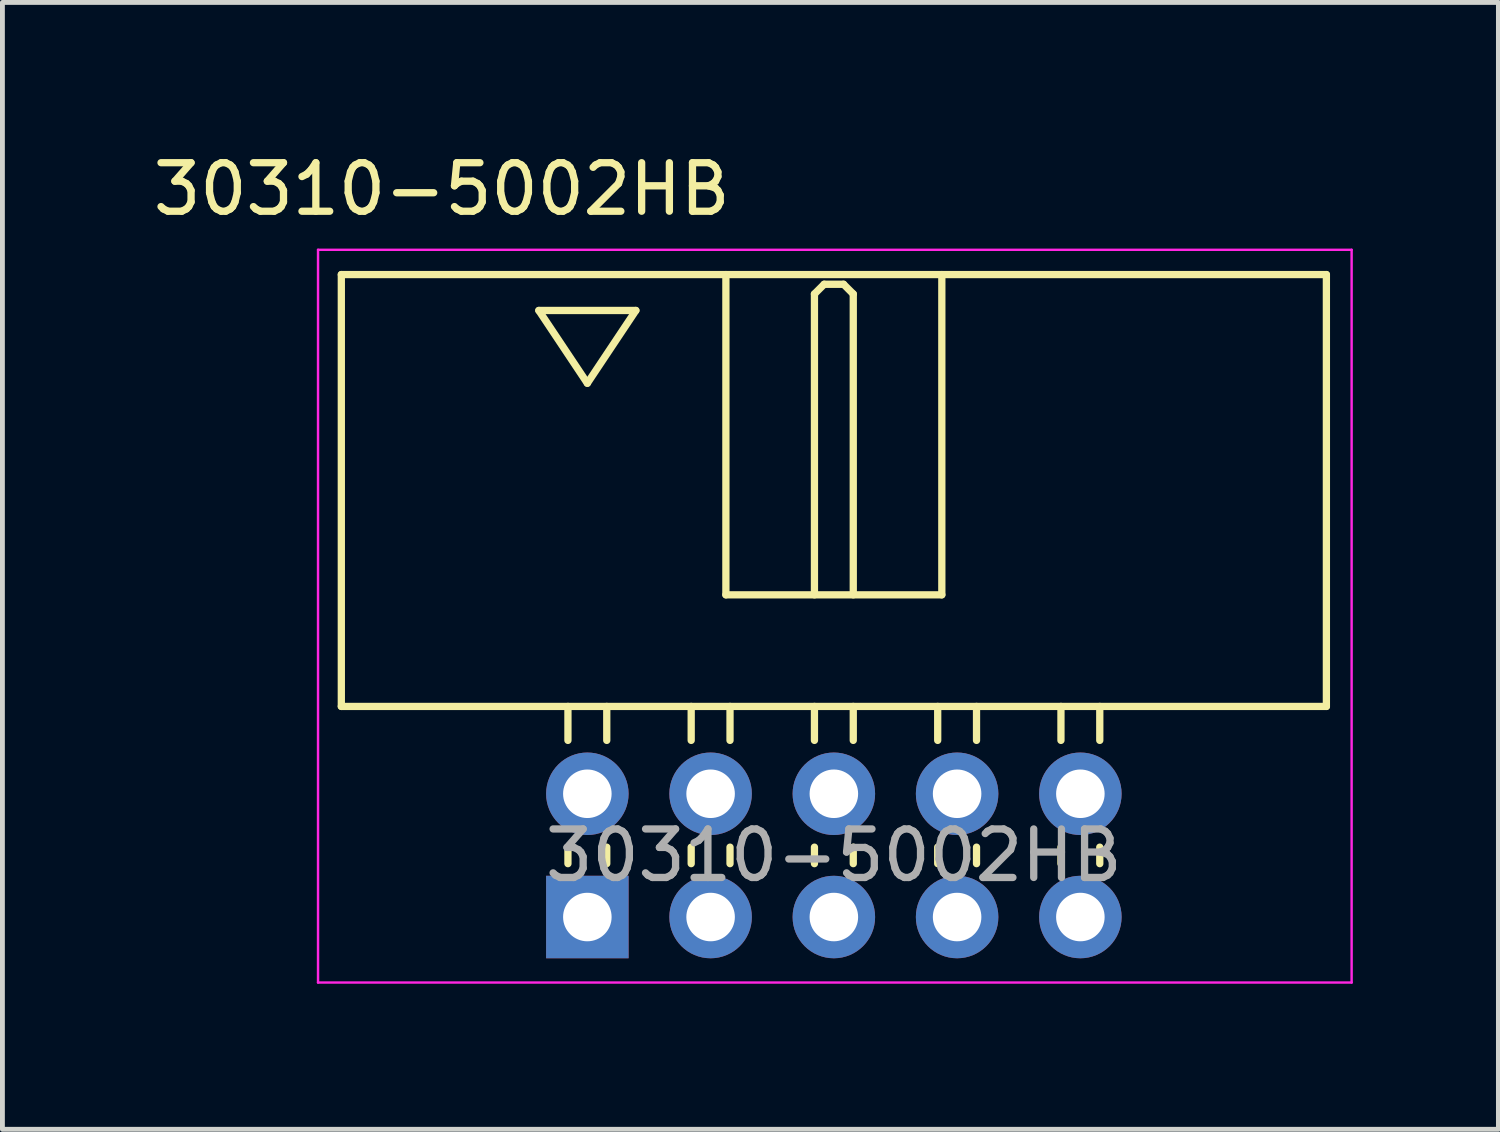
<source format=kicad_pcb>
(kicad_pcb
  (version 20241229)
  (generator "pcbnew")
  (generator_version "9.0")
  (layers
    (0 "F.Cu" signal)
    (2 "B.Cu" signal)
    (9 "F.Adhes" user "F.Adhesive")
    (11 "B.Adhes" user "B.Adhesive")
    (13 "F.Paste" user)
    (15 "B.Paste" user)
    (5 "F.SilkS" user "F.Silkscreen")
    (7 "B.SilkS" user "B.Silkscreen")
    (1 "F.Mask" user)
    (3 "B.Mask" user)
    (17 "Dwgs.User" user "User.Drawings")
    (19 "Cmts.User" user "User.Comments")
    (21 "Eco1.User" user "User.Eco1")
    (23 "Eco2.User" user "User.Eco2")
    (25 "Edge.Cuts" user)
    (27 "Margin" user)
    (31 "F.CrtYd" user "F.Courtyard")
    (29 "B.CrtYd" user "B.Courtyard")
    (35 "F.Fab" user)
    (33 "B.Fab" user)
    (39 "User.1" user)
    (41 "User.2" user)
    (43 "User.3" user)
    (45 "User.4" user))
  (footprint "30310-5002HB"
    (layer "F.Cu")
    (at 9.054 15.848)
    (property "Reference" "30310-5002HB" (at -3 -15 0) (layer "F.SilkS") (effects (font (size 1 1) (thickness 0.15))))
    (attr through_hole)
    (fp_line (start -5.07 -13.24) (end 15.23 -13.24) (stroke (width 0.15) (type solid)) (layer "F.SilkS"))
    (fp_line (start -5.07 -4.34) (end -5.07 -13.24) (stroke (width 0.15) (type solid)) (layer "F.SilkS"))
    (fp_line (start -1 -12.5) (end 1 -12.5) (stroke (width 0.15) (type solid)) (layer "F.SilkS"))
    (fp_line (start -0.4 -3.64) (end -0.4 -4.34) (stroke (width 0.15) (type solid)) (layer "F.SilkS"))
    (fp_line (start -0.4 -1.1) (end -0.4 -1.44) (stroke (width 0.15) (type solid)) (layer "F.SilkS"))
    (fp_line (start 0 -11) (end -1 -12.5) (stroke (width 0.15) (type solid)) (layer "F.SilkS"))
    (fp_line (start 0.4 -3.64) (end 0.4 -4.34) (stroke (width 0.15) (type solid)) (layer "F.SilkS"))
    (fp_line (start 0.4 -1.1) (end 0.4 -1.44) (stroke (width 0.15) (type solid)) (layer "F.SilkS"))
    (fp_line (start 1 -12.5) (end 0 -11) (stroke (width 0.15) (type solid)) (layer "F.SilkS"))
    (fp_line (start 2.14 -3.64) (end 2.14 -4.34) (stroke (width 0.15) (type solid)) (layer "F.SilkS"))
    (fp_line (start 2.14 -1.1) (end 2.14 -1.44) (stroke (width 0.15) (type solid)) (layer "F.SilkS"))
    (fp_line (start 2.855 -13.24) (end 2.855 -6.64) (stroke (width 0.15) (type solid)) (layer "F.SilkS"))
    (fp_line (start 2.855 -6.64) (end 7.305 -6.64) (stroke (width 0.15) (type solid)) (layer "F.SilkS"))
    (fp_line (start 2.94 -3.64) (end 2.94 -4.34) (stroke (width 0.15) (type solid)) (layer "F.SilkS"))
    (fp_line (start 2.94 -1.1) (end 2.94 -1.44) (stroke (width 0.15) (type solid)) (layer "F.SilkS"))
    (fp_line (start 4.68 -12.84) (end 4.88 -13.04) (stroke (width 0.15) (type solid)) (layer "F.SilkS"))
    (fp_line (start 4.68 -6.64) (end 4.68 -12.84) (stroke (width 0.15) (type solid)) (layer "F.SilkS"))
    (fp_line (start 4.68 -3.64) (end 4.68 -4.34) (stroke (width 0.15) (type solid)) (layer "F.SilkS"))
    (fp_line (start 4.68 -1.1) (end 4.68 -1.44) (stroke (width 0.15) (type solid)) (layer "F.SilkS"))
    (fp_line (start 4.88 -13.04) (end 5.28 -13.04) (stroke (width 0.15) (type solid)) (layer "F.SilkS"))
    (fp_line (start 5.28 -13.04) (end 5.48 -12.84) (stroke (width 0.15) (type solid)) (layer "F.SilkS"))
    (fp_line (start 5.48 -12.84) (end 5.48 -6.64) (stroke (width 0.15) (type solid)) (layer "F.SilkS"))
    (fp_line (start 5.48 -3.64) (end 5.48 -4.34) (stroke (width 0.15) (type solid)) (layer "F.SilkS"))
    (fp_line (start 5.48 -1.1) (end 5.48 -1.44) (stroke (width 0.15) (type solid)) (layer "F.SilkS"))
    (fp_line (start 7.22 -3.64) (end 7.22 -4.34) (stroke (width 0.15) (type solid)) (layer "F.SilkS"))
    (fp_line (start 7.22 -1.1) (end 7.22 -1.44) (stroke (width 0.15) (type solid)) (layer "F.SilkS"))
    (fp_line (start 7.305 -6.64) (end 7.305 -13.24) (stroke (width 0.15) (type solid)) (layer "F.SilkS"))
    (fp_line (start 8.02 -3.64) (end 8.02 -4.34) (stroke (width 0.15) (type solid)) (layer "F.SilkS"))
    (fp_line (start 8.02 -1.1) (end 8.02 -1.44) (stroke (width 0.15) (type solid)) (layer "F.SilkS"))
    (fp_line (start 9.76 -3.64) (end 9.76 -4.34) (stroke (width 0.15) (type solid)) (layer "F.SilkS"))
    (fp_line (start 9.76 -1.1) (end 9.76 -1.44) (stroke (width 0.15) (type solid)) (layer "F.SilkS"))
    (fp_line (start 10.56 -3.64) (end 10.56 -4.34) (stroke (width 0.15) (type solid)) (layer "F.SilkS"))
    (fp_line (start 10.56 -1.1) (end 10.56 -1.44) (stroke (width 0.15) (type solid)) (layer "F.SilkS"))
    (fp_line (start 15.23 -13.24) (end 15.23 -4.34) (stroke (width 0.15) (type solid)) (layer "F.SilkS"))
    (fp_line (start 15.23 -4.34) (end -5.07 -4.34) (stroke (width 0.15) (type solid)) (layer "F.SilkS"))
    (fp_line (start -5.55 -13.75) (end 15.75 -13.75) (stroke (width 0.05) (type solid)) (layer "F.CrtYd"))
    (fp_line (start -5.55 1.35) (end -5.55 -13.75) (stroke (width 0.05) (type solid)) (layer "F.CrtYd"))
    (fp_line (start 15.75 -13.75) (end 15.75 1.35) (stroke (width 0.05) (type solid)) (layer "F.CrtYd"))
    (fp_line (start 15.75 1.35) (end -5.55 1.35) (stroke (width 0.05) (type solid)) (layer "F.CrtYd"))
    (fp_text user "${REFERENCE}" (at 5.08 -1.27 0) (layer "F.Fab") (effects (font (size 1 1) (thickness 0.15))))
    (pad "1" thru_hole rect (at 0 0) (size 1.7 1.7) (drill 1) (layers "*.Cu" "*.Mask"))
    (pad "2" thru_hole circle (at 0 -2.54) (size 1.7 1.7) (drill 1) (layers "*.Cu" "*.Mask"))
    (pad "3" thru_hole circle (at 2.54 0) (size 1.7 1.7) (drill 1) (layers "*.Cu" "*.Mask"))
    (pad "4" thru_hole circle (at 2.54 -2.54) (size 1.7 1.7) (drill 1) (layers "*.Cu" "*.Mask"))
    (pad "5" thru_hole circle (at 5.08 0) (size 1.7 1.7) (drill 1) (layers "*.Cu" "*.Mask"))
    (pad "6" thru_hole circle (at 5.08 -2.54) (size 1.7 1.7) (drill 1) (layers "*.Cu" "*.Mask"))
    (pad "7" thru_hole circle (at 7.62 0) (size 1.7 1.7) (drill 1) (layers "*.Cu" "*.Mask"))
    (pad "8" thru_hole circle (at 7.62 -2.54) (size 1.7 1.7) (drill 1) (layers "*.Cu" "*.Mask"))
    (pad "9" thru_hole circle (at 10.16 0) (size 1.7 1.7) (drill 1) (layers "*.Cu" "*.Mask"))
    (pad "10" thru_hole circle (at 10.16 -2.54) (size 1.7 1.7) (drill 1) (layers "*.Cu" "*.Mask")))
  (gr_rect
    (start -3 -3)
    (end 27.829 20.223)
    (stroke (width 0.1) (type default))
    (fill no)
    (layer "Edge.Cuts")))
</source>
